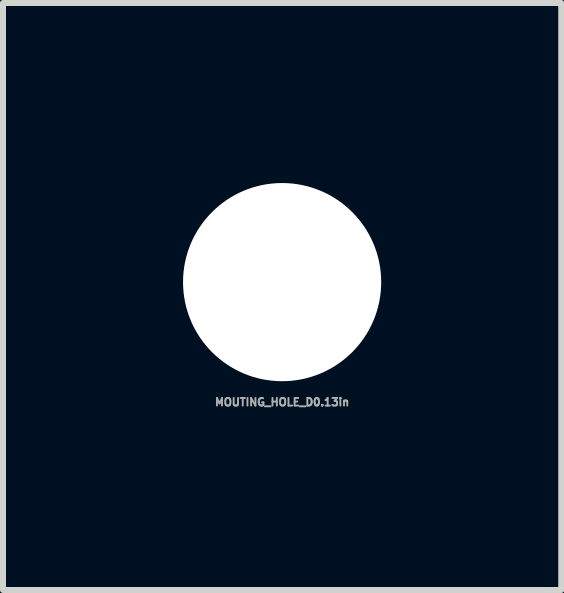
<source format=kicad_pcb>
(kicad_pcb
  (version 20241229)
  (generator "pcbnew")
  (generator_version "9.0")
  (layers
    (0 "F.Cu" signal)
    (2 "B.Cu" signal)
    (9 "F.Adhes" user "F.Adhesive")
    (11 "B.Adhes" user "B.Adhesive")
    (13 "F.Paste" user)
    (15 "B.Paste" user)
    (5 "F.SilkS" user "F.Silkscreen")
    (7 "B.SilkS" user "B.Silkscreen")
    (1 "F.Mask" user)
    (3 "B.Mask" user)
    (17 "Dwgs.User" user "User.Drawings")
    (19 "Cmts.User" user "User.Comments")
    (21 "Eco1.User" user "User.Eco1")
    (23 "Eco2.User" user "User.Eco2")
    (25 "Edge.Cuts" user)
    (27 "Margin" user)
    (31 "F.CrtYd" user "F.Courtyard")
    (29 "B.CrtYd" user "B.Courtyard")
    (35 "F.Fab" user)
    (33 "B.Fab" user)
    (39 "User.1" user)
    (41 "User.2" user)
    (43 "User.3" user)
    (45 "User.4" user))
  (footprint "MOUTING_HOLE_D0.13in"
    (layer "F.Cu")
    (at 1.651 1.651)
    (property "Reference" "MOUTING_HOLE_D0.13in" (at 0 2 0) (layer "F.Fab") (effects (font (size 0.127 0.127) (thickness 0.032))))
    (attr through_hole)
    (pad "" np_thru_hole circle (at 0 0) (size 3.302 3.302) (drill 3.302) (layers "*.Cu" "*.Mask")))
  (gr_rect
    (start -3 -3)
    (end 6.302 6.781)
    (stroke (width 0.1) (type default))
    (fill no)
    (layer "Edge.Cuts")))
</source>
